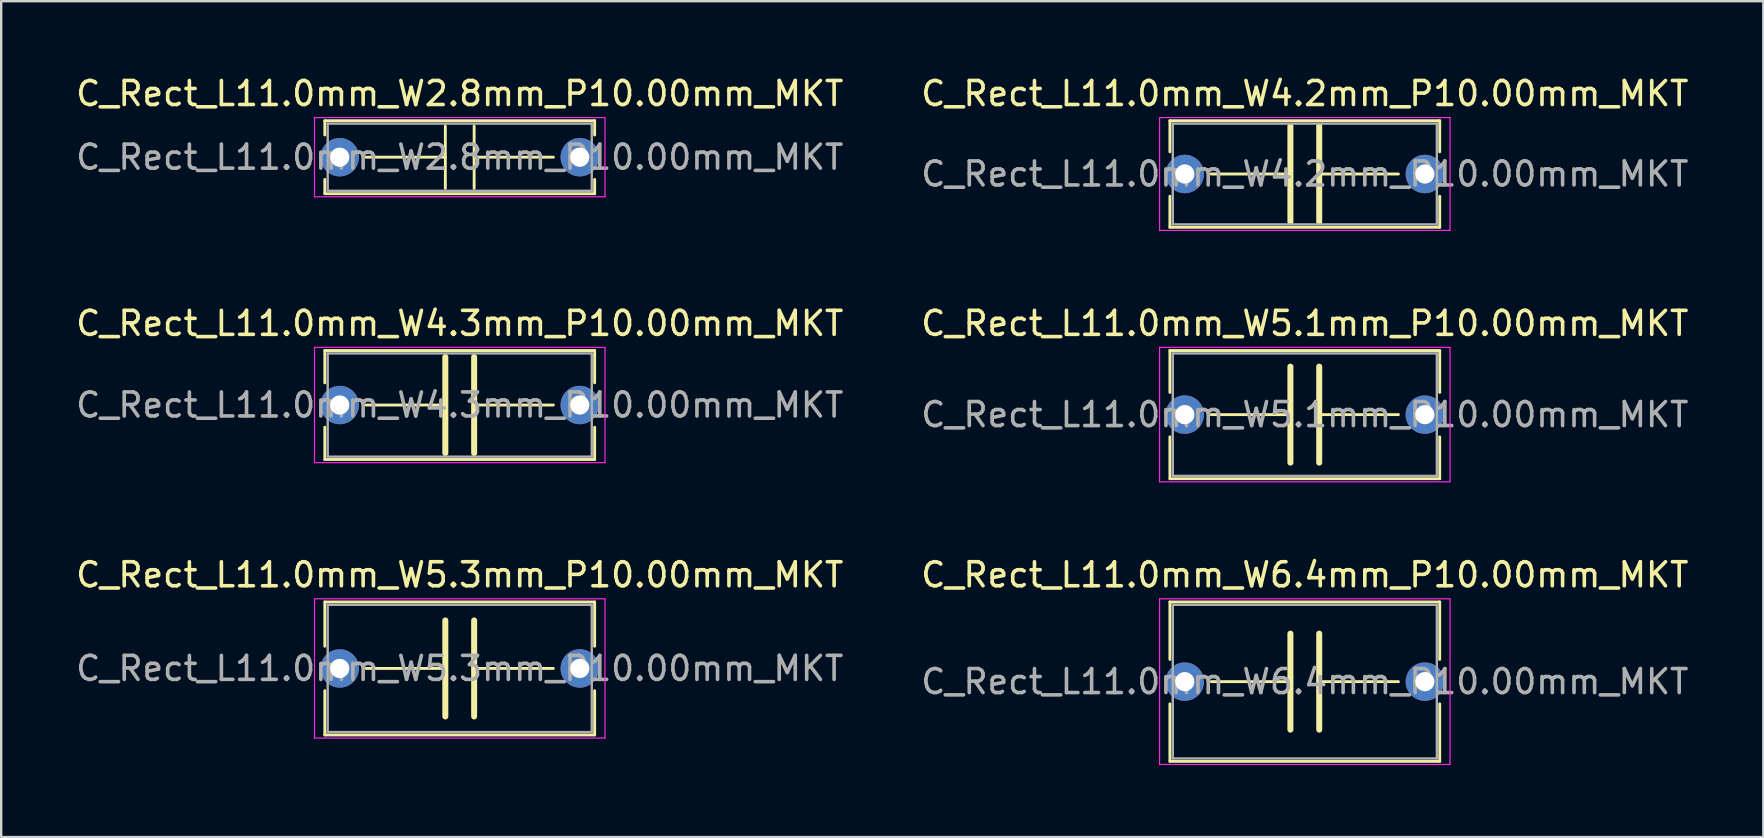
<source format=kicad_pcb>
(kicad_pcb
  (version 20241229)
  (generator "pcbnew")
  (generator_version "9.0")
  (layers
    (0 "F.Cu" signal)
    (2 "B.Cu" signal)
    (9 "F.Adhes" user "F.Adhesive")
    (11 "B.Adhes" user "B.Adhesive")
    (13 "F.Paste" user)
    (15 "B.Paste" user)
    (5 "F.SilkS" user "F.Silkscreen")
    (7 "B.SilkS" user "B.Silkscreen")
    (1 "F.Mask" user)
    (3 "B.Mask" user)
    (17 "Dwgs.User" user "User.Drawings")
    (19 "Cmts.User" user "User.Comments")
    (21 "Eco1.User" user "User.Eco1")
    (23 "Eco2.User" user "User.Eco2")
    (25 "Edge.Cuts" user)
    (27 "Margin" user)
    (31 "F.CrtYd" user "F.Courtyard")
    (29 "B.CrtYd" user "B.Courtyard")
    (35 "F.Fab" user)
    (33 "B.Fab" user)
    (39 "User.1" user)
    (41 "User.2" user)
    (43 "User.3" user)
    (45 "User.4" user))
  (footprint "C_Rect_L11.0mm_W4.3mm_P10.00mm_MKT"
    (layer "F.Cu")
    (at 11.101 13.822)
    (property "Reference" "C_Rect_L11.0mm_W4.3mm_P10.00mm_MKT" (at 5 -3.4 0) (layer "F.SilkS") (effects (font (size 1 1) (thickness 0.15))))
    (attr through_hole)
    (fp_line (start -0.62 -2.27) (end -0.62 -0.925) (stroke (width 0.12) (type solid)) (layer "F.SilkS"))
    (fp_line (start -0.62 -2.27) (end 10.62 -2.27) (stroke (width 0.12) (type solid)) (layer "F.SilkS"))
    (fp_line (start -0.62 0.925) (end -0.62 2.27) (stroke (width 0.12) (type solid)) (layer "F.SilkS"))
    (fp_line (start -0.62 2.27) (end 10.62 2.27) (stroke (width 0.12) (type solid)) (layer "F.SilkS"))
    (fp_line (start 1.1 0) (end 4.4 0) (stroke (width 0.12) (type solid)) (layer "F.SilkS"))
    (fp_line (start 4.4 2) (end 4.4 -2) (stroke (width 0.25) (type solid)) (layer "F.SilkS"))
    (fp_line (start 5.6 2) (end 5.6 -2) (stroke (width 0.25) (type solid)) (layer "F.SilkS"))
    (fp_line (start 8.9 0) (end 5.6 0) (stroke (width 0.12) (type solid)) (layer "F.SilkS"))
    (fp_line (start 10.62 -2.27) (end 10.62 -0.925) (stroke (width 0.12) (type solid)) (layer "F.SilkS"))
    (fp_line (start 10.62 0.925) (end 10.62 2.27) (stroke (width 0.12) (type solid)) (layer "F.SilkS"))
    (fp_line (start -1.05 -2.4) (end -1.05 2.4) (stroke (width 0.05) (type solid)) (layer "F.CrtYd"))
    (fp_line (start -1.05 2.4) (end 11.05 2.4) (stroke (width 0.05) (type solid)) (layer "F.CrtYd"))
    (fp_line (start 11.05 -2.4) (end -1.05 -2.4) (stroke (width 0.05) (type solid)) (layer "F.CrtYd"))
    (fp_line (start 11.05 2.4) (end 11.05 -2.4) (stroke (width 0.05) (type solid)) (layer "F.CrtYd"))
    (fp_line (start -0.5 -2.15) (end -0.5 2.15) (stroke (width 0.1) (type solid)) (layer "F.Fab"))
    (fp_line (start -0.5 2.15) (end 10.5 2.15) (stroke (width 0.1) (type solid)) (layer "F.Fab"))
    (fp_line (start 10.5 -2.15) (end -0.5 -2.15) (stroke (width 0.1) (type solid)) (layer "F.Fab"))
    (fp_line (start 10.5 2.15) (end 10.5 -2.15) (stroke (width 0.1) (type solid)) (layer "F.Fab"))
    (fp_text user "${REFERENCE}" (at 5 0 0) (layer "F.Fab") (effects (font (size 1 1) (thickness 0.15))))
    (pad "1" thru_hole circle (at 0 0) (size 1.6 1.6) (drill 0.8) (layers "*.Cu" "*.Mask"))
    (pad "2" thru_hole circle (at 10 0) (size 1.6 1.6) (drill 0.8) (layers "*.Cu" "*.Mask")))
  (footprint "C_Rect_L11.0mm_W5.3mm_P10.00mm_MKT"
    (layer "F.Cu")
    (at 11.101 24.795)
    (property "Reference" "C_Rect_L11.0mm_W5.3mm_P10.00mm_MKT" (at 5 -3.9 0) (layer "F.SilkS") (effects (font (size 1 1) (thickness 0.15))))
    (attr through_hole)
    (fp_line (start -0.62 -2.77) (end -0.62 -0.925) (stroke (width 0.12) (type solid)) (layer "F.SilkS"))
    (fp_line (start -0.62 -2.77) (end 10.62 -2.77) (stroke (width 0.12) (type solid)) (layer "F.SilkS"))
    (fp_line (start -0.62 0.925) (end -0.62 2.77) (stroke (width 0.12) (type solid)) (layer "F.SilkS"))
    (fp_line (start -0.62 2.77) (end 10.62 2.77) (stroke (width 0.12) (type solid)) (layer "F.SilkS"))
    (fp_line (start 1.1 0) (end 4.4 0) (stroke (width 0.12) (type solid)) (layer "F.SilkS"))
    (fp_line (start 4.4 2) (end 4.4 -2) (stroke (width 0.25) (type solid)) (layer "F.SilkS"))
    (fp_line (start 5.6 2) (end 5.6 -2) (stroke (width 0.25) (type solid)) (layer "F.SilkS"))
    (fp_line (start 8.9 0) (end 5.6 0) (stroke (width 0.12) (type solid)) (layer "F.SilkS"))
    (fp_line (start 10.62 -2.77) (end 10.62 -0.925) (stroke (width 0.12) (type solid)) (layer "F.SilkS"))
    (fp_line (start 10.62 0.925) (end 10.62 2.77) (stroke (width 0.12) (type solid)) (layer "F.SilkS"))
    (fp_line (start -1.05 -2.9) (end -1.05 2.9) (stroke (width 0.05) (type solid)) (layer "F.CrtYd"))
    (fp_line (start -1.05 2.9) (end 11.05 2.9) (stroke (width 0.05) (type solid)) (layer "F.CrtYd"))
    (fp_line (start 11.05 -2.9) (end -1.05 -2.9) (stroke (width 0.05) (type solid)) (layer "F.CrtYd"))
    (fp_line (start 11.05 2.9) (end 11.05 -2.9) (stroke (width 0.05) (type solid)) (layer "F.CrtYd"))
    (fp_line (start -0.5 -2.65) (end -0.5 2.65) (stroke (width 0.1) (type solid)) (layer "F.Fab"))
    (fp_line (start -0.5 2.65) (end 10.5 2.65) (stroke (width 0.1) (type solid)) (layer "F.Fab"))
    (fp_line (start 10.5 -2.65) (end -0.5 -2.65) (stroke (width 0.1) (type solid)) (layer "F.Fab"))
    (fp_line (start 10.5 2.65) (end 10.5 -2.65) (stroke (width 0.1) (type solid)) (layer "F.Fab"))
    (fp_text user "${REFERENCE}" (at 5 0 0) (layer "F.Fab") (effects (font (size 1 1) (thickness 0.15))))
    (pad "1" thru_hole circle (at 0 0) (size 1.6 1.6) (drill 0.8) (layers "*.Cu" "*.Mask"))
    (pad "2" thru_hole circle (at 10 0) (size 1.6 1.6) (drill 0.8) (layers "*.Cu" "*.Mask")))
  (footprint "C_Rect_L11.0mm_W6.4mm_P10.00mm_MKT"
    (layer "F.Cu")
    (at 46.304 25.345)
    (property "Reference" "C_Rect_L11.0mm_W6.4mm_P10.00mm_MKT" (at 5 -4.45 0) (layer "F.SilkS") (effects (font (size 1 1) (thickness 0.15))))
    (attr through_hole)
    (fp_line (start -0.62 -3.32) (end -0.62 -0.925) (stroke (width 0.12) (type solid)) (layer "F.SilkS"))
    (fp_line (start -0.62 -3.32) (end 10.62 -3.32) (stroke (width 0.12) (type solid)) (layer "F.SilkS"))
    (fp_line (start -0.62 0.925) (end -0.62 3.32) (stroke (width 0.12) (type solid)) (layer "F.SilkS"))
    (fp_line (start -0.62 3.32) (end 10.62 3.32) (stroke (width 0.12) (type solid)) (layer "F.SilkS"))
    (fp_line (start 1.1 0) (end 4.4 0) (stroke (width 0.12) (type solid)) (layer "F.SilkS"))
    (fp_line (start 4.4 2) (end 4.4 -2) (stroke (width 0.25) (type solid)) (layer "F.SilkS"))
    (fp_line (start 5.6 2) (end 5.6 -2) (stroke (width 0.25) (type solid)) (layer "F.SilkS"))
    (fp_line (start 8.9 0) (end 5.6 0) (stroke (width 0.12) (type solid)) (layer "F.SilkS"))
    (fp_line (start 10.62 -3.32) (end 10.62 -0.925) (stroke (width 0.12) (type solid)) (layer "F.SilkS"))
    (fp_line (start 10.62 0.925) (end 10.62 3.32) (stroke (width 0.12) (type solid)) (layer "F.SilkS"))
    (fp_line (start -1.05 -3.45) (end -1.05 3.45) (stroke (width 0.05) (type solid)) (layer "F.CrtYd"))
    (fp_line (start -1.05 3.45) (end 11.05 3.45) (stroke (width 0.05) (type solid)) (layer "F.CrtYd"))
    (fp_line (start 11.05 -3.45) (end -1.05 -3.45) (stroke (width 0.05) (type solid)) (layer "F.CrtYd"))
    (fp_line (start 11.05 3.45) (end 11.05 -3.45) (stroke (width 0.05) (type solid)) (layer "F.CrtYd"))
    (fp_line (start -0.5 -3.2) (end -0.5 3.2) (stroke (width 0.1) (type solid)) (layer "F.Fab"))
    (fp_line (start -0.5 3.2) (end 10.5 3.2) (stroke (width 0.1) (type solid)) (layer "F.Fab"))
    (fp_line (start 10.5 -3.2) (end -0.5 -3.2) (stroke (width 0.1) (type solid)) (layer "F.Fab"))
    (fp_line (start 10.5 3.2) (end 10.5 -3.2) (stroke (width 0.1) (type solid)) (layer "F.Fab"))
    (fp_text user "${REFERENCE}" (at 5 0 0) (layer "F.Fab") (effects (font (size 1 1) (thickness 0.15))))
    (pad "1" thru_hole circle (at 0 0) (size 1.6 1.6) (drill 0.8) (layers "*.Cu" "*.Mask"))
    (pad "2" thru_hole circle (at 10 0) (size 1.6 1.6) (drill 0.8) (layers "*.Cu" "*.Mask")))
  (footprint "C_Rect_L11.0mm_W2.8mm_P10.00mm_MKT"
    (layer "F.Cu")
    (at 11.101 3.498)
    (property "Reference" "C_Rect_L11.0mm_W2.8mm_P10.00mm_MKT" (at 5 -2.65 0) (layer "F.SilkS") (effects (font (size 1 1) (thickness 0.15))))
    (attr through_hole)
    (fp_line (start -0.62 -1.52) (end -0.62 -0.925) (stroke (width 0.12) (type solid)) (layer "F.SilkS"))
    (fp_line (start -0.62 -1.52) (end 10.62 -1.52) (stroke (width 0.12) (type solid)) (layer "F.SilkS"))
    (fp_line (start -0.62 0.925) (end -0.62 1.52) (stroke (width 0.12) (type solid)) (layer "F.SilkS"))
    (fp_line (start -0.62 1.52) (end 10.62 1.52) (stroke (width 0.12) (type solid)) (layer "F.SilkS"))
    (fp_line (start 1.1 0) (end 4.4 0) (stroke (width 0.12) (type solid)) (layer "F.SilkS"))
    (fp_line (start 4.4 1.3) (end 4.4 -1.3) (stroke (width 0.12) (type solid)) (layer "F.SilkS"))
    (fp_line (start 5.6 1.3) (end 5.6 -1.3) (stroke (width 0.12) (type solid)) (layer "F.SilkS"))
    (fp_line (start 8.9 0) (end 5.6 0) (stroke (width 0.12) (type solid)) (layer "F.SilkS"))
    (fp_line (start 10.62 -1.52) (end 10.62 -0.925) (stroke (width 0.12) (type solid)) (layer "F.SilkS"))
    (fp_line (start 10.62 0.925) (end 10.62 1.52) (stroke (width 0.12) (type solid)) (layer "F.SilkS"))
    (fp_line (start -1.05 -1.65) (end -1.05 1.65) (stroke (width 0.05) (type solid)) (layer "F.CrtYd"))
    (fp_line (start -1.05 1.65) (end 11.05 1.65) (stroke (width 0.05) (type solid)) (layer "F.CrtYd"))
    (fp_line (start 11.05 -1.65) (end -1.05 -1.65) (stroke (width 0.05) (type solid)) (layer "F.CrtYd"))
    (fp_line (start 11.05 1.65) (end 11.05 -1.65) (stroke (width 0.05) (type solid)) (layer "F.CrtYd"))
    (fp_line (start -0.5 -1.4) (end -0.5 1.4) (stroke (width 0.1) (type solid)) (layer "F.Fab"))
    (fp_line (start -0.5 1.4) (end 10.5 1.4) (stroke (width 0.1) (type solid)) (layer "F.Fab"))
    (fp_line (start 10.5 -1.4) (end -0.5 -1.4) (stroke (width 0.1) (type solid)) (layer "F.Fab"))
    (fp_line (start 10.5 1.4) (end 10.5 -1.4) (stroke (width 0.1) (type solid)) (layer "F.Fab"))
    (fp_text user "${REFERENCE}" (at 5 0 0) (layer "F.Fab") (effects (font (size 1 1) (thickness 0.15))))
    (pad "1" thru_hole circle (at 0 0) (size 1.6 1.6) (drill 0.8) (layers "*.Cu" "*.Mask"))
    (pad "2" thru_hole circle (at 10 0) (size 1.6 1.6) (drill 0.8) (layers "*.Cu" "*.Mask")))
  (footprint "C_Rect_L11.0mm_W4.2mm_P10.00mm_MKT"
    (layer "F.Cu")
    (at 46.304 4.198)
    (property "Reference" "C_Rect_L11.0mm_W4.2mm_P10.00mm_MKT" (at 5 -3.35 0) (layer "F.SilkS") (effects (font (size 1 1) (thickness 0.15))))
    (attr through_hole)
    (fp_line (start -0.62 -2.22) (end -0.62 -0.925) (stroke (width 0.12) (type solid)) (layer "F.SilkS"))
    (fp_line (start -0.62 -2.22) (end 10.62 -2.22) (stroke (width 0.12) (type solid)) (layer "F.SilkS"))
    (fp_line (start -0.62 0.925) (end -0.62 2.22) (stroke (width 0.12) (type solid)) (layer "F.SilkS"))
    (fp_line (start -0.62 2.22) (end 10.62 2.22) (stroke (width 0.12) (type solid)) (layer "F.SilkS"))
    (fp_line (start 1.1 0) (end 4.4 0) (stroke (width 0.12) (type solid)) (layer "F.SilkS"))
    (fp_line (start 4.4 2) (end 4.4 -2) (stroke (width 0.25) (type solid)) (layer "F.SilkS"))
    (fp_line (start 5.6 2) (end 5.6 -2) (stroke (width 0.25) (type solid)) (layer "F.SilkS"))
    (fp_line (start 8.9 0) (end 5.6 0) (stroke (width 0.12) (type solid)) (layer "F.SilkS"))
    (fp_line (start 10.62 -2.22) (end 10.62 -0.925) (stroke (width 0.12) (type solid)) (layer "F.SilkS"))
    (fp_line (start 10.62 0.925) (end 10.62 2.22) (stroke (width 0.12) (type solid)) (layer "F.SilkS"))
    (fp_line (start -1.05 -2.35) (end -1.05 2.35) (stroke (width 0.05) (type solid)) (layer "F.CrtYd"))
    (fp_line (start -1.05 2.35) (end 11.05 2.35) (stroke (width 0.05) (type solid)) (layer "F.CrtYd"))
    (fp_line (start 11.05 -2.35) (end -1.05 -2.35) (stroke (width 0.05) (type solid)) (layer "F.CrtYd"))
    (fp_line (start 11.05 2.35) (end 11.05 -2.35) (stroke (width 0.05) (type solid)) (layer "F.CrtYd"))
    (fp_line (start -0.5 -2.1) (end -0.5 2.1) (stroke (width 0.1) (type solid)) (layer "F.Fab"))
    (fp_line (start -0.5 2.1) (end 10.5 2.1) (stroke (width 0.1) (type solid)) (layer "F.Fab"))
    (fp_line (start 10.5 -2.1) (end -0.5 -2.1) (stroke (width 0.1) (type solid)) (layer "F.Fab"))
    (fp_line (start 10.5 2.1) (end 10.5 -2.1) (stroke (width 0.1) (type solid)) (layer "F.Fab"))
    (fp_text user "${REFERENCE}" (at 5 0 0) (layer "F.Fab") (effects (font (size 1 1) (thickness 0.15))))
    (pad "1" thru_hole circle (at 0 0) (size 1.6 1.6) (drill 0.8) (layers "*.Cu" "*.Mask"))
    (pad "2" thru_hole circle (at 10 0) (size 1.6 1.6) (drill 0.8) (layers "*.Cu" "*.Mask")))
  (footprint "C_Rect_L11.0mm_W5.1mm_P10.00mm_MKT"
    (layer "F.Cu")
    (at 46.304 14.222)
    (property "Reference" "C_Rect_L11.0mm_W5.1mm_P10.00mm_MKT" (at 5 -3.8 0) (layer "F.SilkS") (effects (font (size 1 1) (thickness 0.15))))
    (attr through_hole)
    (fp_line (start -0.62 -2.67) (end -0.62 -0.925) (stroke (width 0.12) (type solid)) (layer "F.SilkS"))
    (fp_line (start -0.62 -2.67) (end 10.62 -2.67) (stroke (width 0.12) (type solid)) (layer "F.SilkS"))
    (fp_line (start -0.62 0.925) (end -0.62 2.67) (stroke (width 0.12) (type solid)) (layer "F.SilkS"))
    (fp_line (start -0.62 2.67) (end 10.62 2.67) (stroke (width 0.12) (type solid)) (layer "F.SilkS"))
    (fp_line (start 1.1 0) (end 4.4 0) (stroke (width 0.12) (type solid)) (layer "F.SilkS"))
    (fp_line (start 4.4 2) (end 4.4 -2) (stroke (width 0.25) (type solid)) (layer "F.SilkS"))
    (fp_line (start 5.6 2) (end 5.6 -2) (stroke (width 0.25) (type solid)) (layer "F.SilkS"))
    (fp_line (start 8.9 0) (end 5.6 0) (stroke (width 0.12) (type solid)) (layer "F.SilkS"))
    (fp_line (start 10.62 -2.67) (end 10.62 -0.925) (stroke (width 0.12) (type solid)) (layer "F.SilkS"))
    (fp_line (start 10.62 0.925) (end 10.62 2.67) (stroke (width 0.12) (type solid)) (layer "F.SilkS"))
    (fp_line (start -1.05 -2.8) (end -1.05 2.8) (stroke (width 0.05) (type solid)) (layer "F.CrtYd"))
    (fp_line (start -1.05 2.8) (end 11.05 2.8) (stroke (width 0.05) (type solid)) (layer "F.CrtYd"))
    (fp_line (start 11.05 -2.8) (end -1.05 -2.8) (stroke (width 0.05) (type solid)) (layer "F.CrtYd"))
    (fp_line (start 11.05 2.8) (end 11.05 -2.8) (stroke (width 0.05) (type solid)) (layer "F.CrtYd"))
    (fp_line (start -0.5 -2.55) (end -0.5 2.55) (stroke (width 0.1) (type solid)) (layer "F.Fab"))
    (fp_line (start -0.5 2.55) (end 10.5 2.55) (stroke (width 0.1) (type solid)) (layer "F.Fab"))
    (fp_line (start 10.5 -2.55) (end -0.5 -2.55) (stroke (width 0.1) (type solid)) (layer "F.Fab"))
    (fp_line (start 10.5 2.55) (end 10.5 -2.55) (stroke (width 0.1) (type solid)) (layer "F.Fab"))
    (fp_text user "${REFERENCE}" (at 5 0 0) (layer "F.Fab") (effects (font (size 1 1) (thickness 0.15))))
    (pad "1" thru_hole circle (at 0 0) (size 1.6 1.6) (drill 0.8) (layers "*.Cu" "*.Mask"))
    (pad "2" thru_hole circle (at 10 0) (size 1.6 1.6) (drill 0.8) (layers "*.Cu" "*.Mask")))
  (gr_rect
    (start -3 -3)
    (end 70.405 31.82)
    (stroke (width 0.1) (type default))
    (fill no)
    (layer "Edge.Cuts")))
</source>
